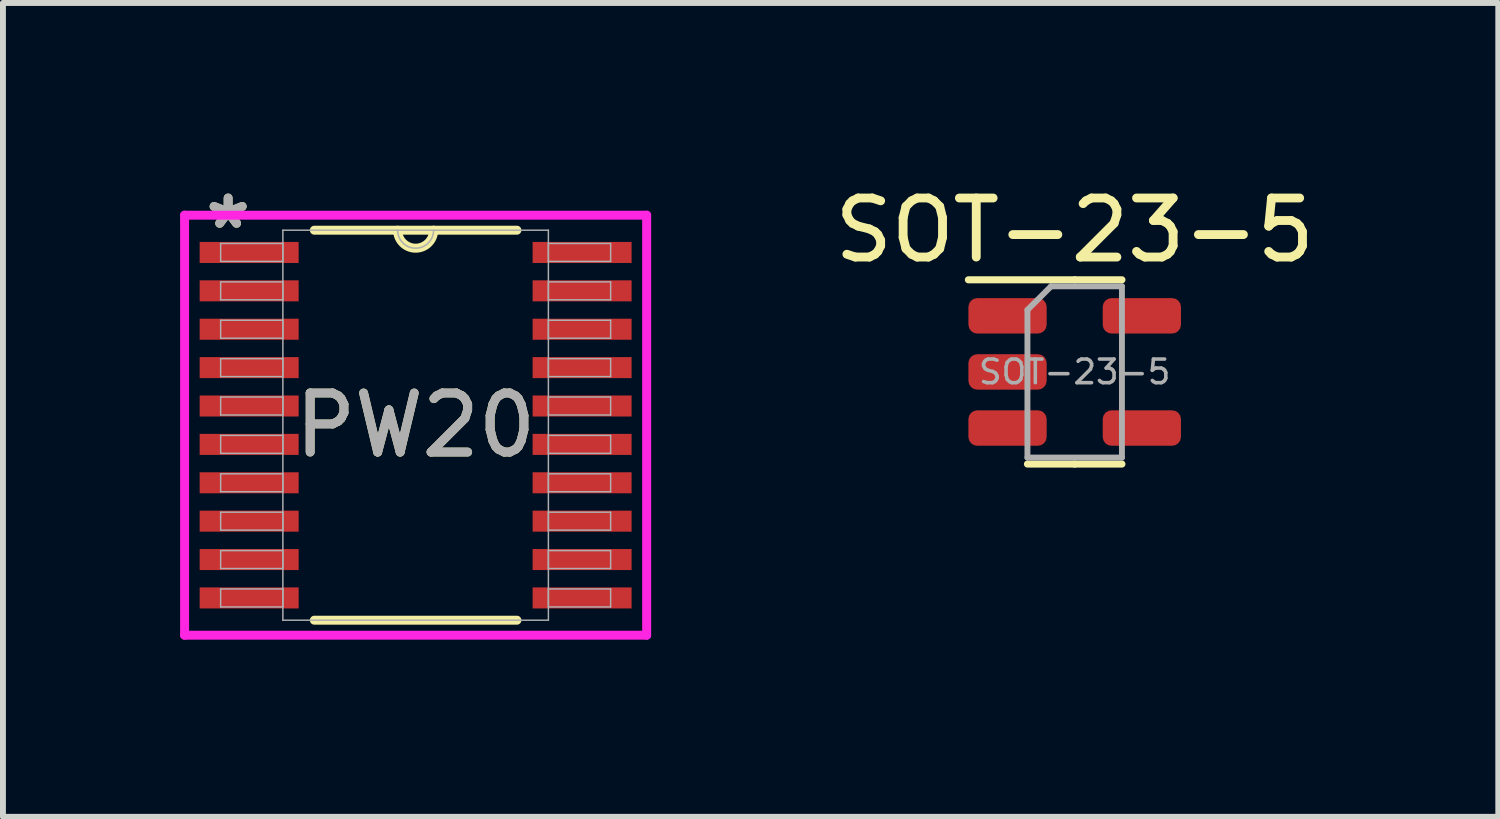
<source format=kicad_pcb>
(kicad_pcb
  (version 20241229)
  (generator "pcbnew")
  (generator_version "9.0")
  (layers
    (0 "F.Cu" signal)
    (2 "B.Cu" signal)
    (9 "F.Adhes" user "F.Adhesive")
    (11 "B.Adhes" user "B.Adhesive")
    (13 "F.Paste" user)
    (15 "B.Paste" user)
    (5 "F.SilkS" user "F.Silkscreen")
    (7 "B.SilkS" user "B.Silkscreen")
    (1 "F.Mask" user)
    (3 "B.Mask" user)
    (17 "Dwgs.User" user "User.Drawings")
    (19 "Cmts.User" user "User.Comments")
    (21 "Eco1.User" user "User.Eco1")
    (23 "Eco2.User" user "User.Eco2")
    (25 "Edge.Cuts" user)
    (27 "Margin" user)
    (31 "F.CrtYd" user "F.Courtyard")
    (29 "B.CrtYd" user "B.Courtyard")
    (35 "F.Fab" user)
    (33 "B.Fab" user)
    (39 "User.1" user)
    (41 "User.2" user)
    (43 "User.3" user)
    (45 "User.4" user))
  (footprint "PW20"
    (layer "F.Cu")
    (at 3.988 4.15)
    (property "Reference" "PW20" (at 0 0 0) (unlocked yes) (layer "F.SilkS") (effects (font (size 1 1) (thickness 0.15))))
    (attr smd)
    (fp_line (start -1.715 3.302) (end 1.715 3.302) (stroke (width 0.152) (type solid)) (layer "F.SilkS"))
    (fp_line (start 1.715 -3.302) (end -1.715 -3.302) (stroke (width 0.152) (type solid)) (layer "F.SilkS"))
    (fp_arc (start 0.3048 -3.302) (mid 0 -2.9972) (end -0.3048 -3.302) (stroke (width 0.1524) (type solid)) (layer "F.SilkS"))
    (fp_line (start -3.912 -3.556) (end 3.912 -3.556) (stroke (width 0.152) (type solid)) (layer "F.CrtYd"))
    (fp_line (start -3.912 3.556) (end -3.912 -3.556) (stroke (width 0.152) (type solid)) (layer "F.CrtYd"))
    (fp_line (start 3.912 -3.556) (end 3.912 3.556) (stroke (width 0.152) (type solid)) (layer "F.CrtYd"))
    (fp_line (start 3.912 3.556) (end -3.912 3.556) (stroke (width 0.152) (type solid)) (layer "F.CrtYd"))
    (fp_line (start -3.302 -3.077) (end -3.302 -2.773) (stroke (width 0.025) (type solid)) (layer "F.Fab"))
    (fp_line (start -3.302 -2.773) (end -2.248 -2.773) (stroke (width 0.025) (type solid)) (layer "F.Fab"))
    (fp_line (start -3.302 -2.427) (end -3.302 -2.123) (stroke (width 0.025) (type solid)) (layer "F.Fab"))
    (fp_line (start -3.302 -2.123) (end -2.248 -2.123) (stroke (width 0.025) (type solid)) (layer "F.Fab"))
    (fp_line (start -3.302 -1.777) (end -3.302 -1.473) (stroke (width 0.025) (type solid)) (layer "F.Fab"))
    (fp_line (start -3.302 -1.473) (end -2.248 -1.473) (stroke (width 0.025) (type solid)) (layer "F.Fab"))
    (fp_line (start -3.302 -1.127) (end -3.302 -0.823) (stroke (width 0.025) (type solid)) (layer "F.Fab"))
    (fp_line (start -3.302 -0.823) (end -2.248 -0.823) (stroke (width 0.025) (type solid)) (layer "F.Fab"))
    (fp_line (start -3.302 -0.477) (end -3.302 -0.173) (stroke (width 0.025) (type solid)) (layer "F.Fab"))
    (fp_line (start -3.302 -0.173) (end -2.248 -0.173) (stroke (width 0.025) (type solid)) (layer "F.Fab"))
    (fp_line (start -3.302 0.173) (end -3.302 0.477) (stroke (width 0.025) (type solid)) (layer "F.Fab"))
    (fp_line (start -3.302 0.477) (end -2.248 0.477) (stroke (width 0.025) (type solid)) (layer "F.Fab"))
    (fp_line (start -3.302 0.823) (end -3.302 1.127) (stroke (width 0.025) (type solid)) (layer "F.Fab"))
    (fp_line (start -3.302 1.127) (end -2.248 1.127) (stroke (width 0.025) (type solid)) (layer "F.Fab"))
    (fp_line (start -3.302 1.473) (end -3.302 1.777) (stroke (width 0.025) (type solid)) (layer "F.Fab"))
    (fp_line (start -3.302 1.777) (end -2.248 1.777) (stroke (width 0.025) (type solid)) (layer "F.Fab"))
    (fp_line (start -3.302 2.123) (end -3.302 2.427) (stroke (width 0.025) (type solid)) (layer "F.Fab"))
    (fp_line (start -3.302 2.427) (end -2.248 2.427) (stroke (width 0.025) (type solid)) (layer "F.Fab"))
    (fp_line (start -3.302 2.773) (end -3.302 3.077) (stroke (width 0.025) (type solid)) (layer "F.Fab"))
    (fp_line (start -3.302 3.077) (end -2.248 3.077) (stroke (width 0.025) (type solid)) (layer "F.Fab"))
    (fp_line (start -2.248 -3.302) (end -2.248 3.302) (stroke (width 0.025) (type solid)) (layer "F.Fab"))
    (fp_line (start -2.248 -3.077) (end -3.302 -3.077) (stroke (width 0.025) (type solid)) (layer "F.Fab"))
    (fp_line (start -2.248 -2.773) (end -2.248 -3.077) (stroke (width 0.025) (type solid)) (layer "F.Fab"))
    (fp_line (start -2.248 -2.427) (end -3.302 -2.427) (stroke (width 0.025) (type solid)) (layer "F.Fab"))
    (fp_line (start -2.248 -2.123) (end -2.248 -2.427) (stroke (width 0.025) (type solid)) (layer "F.Fab"))
    (fp_line (start -2.248 -1.777) (end -3.302 -1.777) (stroke (width 0.025) (type solid)) (layer "F.Fab"))
    (fp_line (start -2.248 -1.473) (end -2.248 -1.777) (stroke (width 0.025) (type solid)) (layer "F.Fab"))
    (fp_line (start -2.248 -1.127) (end -3.302 -1.127) (stroke (width 0.025) (type solid)) (layer "F.Fab"))
    (fp_line (start -2.248 -0.823) (end -2.248 -1.127) (stroke (width 0.025) (type solid)) (layer "F.Fab"))
    (fp_line (start -2.248 -0.477) (end -3.302 -0.477) (stroke (width 0.025) (type solid)) (layer "F.Fab"))
    (fp_line (start -2.248 -0.173) (end -2.248 -0.477) (stroke (width 0.025) (type solid)) (layer "F.Fab"))
    (fp_line (start -2.248 0.173) (end -3.302 0.173) (stroke (width 0.025) (type solid)) (layer "F.Fab"))
    (fp_line (start -2.248 0.477) (end -2.248 0.173) (stroke (width 0.025) (type solid)) (layer "F.Fab"))
    (fp_line (start -2.248 0.823) (end -3.302 0.823) (stroke (width 0.025) (type solid)) (layer "F.Fab"))
    (fp_line (start -2.248 1.127) (end -2.248 0.823) (stroke (width 0.025) (type solid)) (layer "F.Fab"))
    (fp_line (start -2.248 1.473) (end -3.302 1.473) (stroke (width 0.025) (type solid)) (layer "F.Fab"))
    (fp_line (start -2.248 1.777) (end -2.248 1.473) (stroke (width 0.025) (type solid)) (layer "F.Fab"))
    (fp_line (start -2.248 2.123) (end -3.302 2.123) (stroke (width 0.025) (type solid)) (layer "F.Fab"))
    (fp_line (start -2.248 2.427) (end -2.248 2.123) (stroke (width 0.025) (type solid)) (layer "F.Fab"))
    (fp_line (start -2.248 2.773) (end -3.302 2.773) (stroke (width 0.025) (type solid)) (layer "F.Fab"))
    (fp_line (start -2.248 3.077) (end -2.248 2.773) (stroke (width 0.025) (type solid)) (layer "F.Fab"))
    (fp_line (start -2.248 3.302) (end 2.248 3.302) (stroke (width 0.025) (type solid)) (layer "F.Fab"))
    (fp_line (start 2.248 -3.302) (end -2.248 -3.302) (stroke (width 0.025) (type solid)) (layer "F.Fab"))
    (fp_line (start 2.248 -3.077) (end 2.248 -2.773) (stroke (width 0.025) (type solid)) (layer "F.Fab"))
    (fp_line (start 2.248 -2.773) (end 3.302 -2.773) (stroke (width 0.025) (type solid)) (layer "F.Fab"))
    (fp_line (start 2.248 -2.427) (end 2.248 -2.123) (stroke (width 0.025) (type solid)) (layer "F.Fab"))
    (fp_line (start 2.248 -2.123) (end 3.302 -2.123) (stroke (width 0.025) (type solid)) (layer "F.Fab"))
    (fp_line (start 2.248 -1.777) (end 2.248 -1.473) (stroke (width 0.025) (type solid)) (layer "F.Fab"))
    (fp_line (start 2.248 -1.473) (end 3.302 -1.473) (stroke (width 0.025) (type solid)) (layer "F.Fab"))
    (fp_line (start 2.248 -1.127) (end 2.248 -0.823) (stroke (width 0.025) (type solid)) (layer "F.Fab"))
    (fp_line (start 2.248 -0.823) (end 3.302 -0.823) (stroke (width 0.025) (type solid)) (layer "F.Fab"))
    (fp_line (start 2.248 -0.477) (end 2.248 -0.173) (stroke (width 0.025) (type solid)) (layer "F.Fab"))
    (fp_line (start 2.248 -0.173) (end 3.302 -0.173) (stroke (width 0.025) (type solid)) (layer "F.Fab"))
    (fp_line (start 2.248 0.173) (end 2.248 0.477) (stroke (width 0.025) (type solid)) (layer "F.Fab"))
    (fp_line (start 2.248 0.477) (end 3.302 0.477) (stroke (width 0.025) (type solid)) (layer "F.Fab"))
    (fp_line (start 2.248 0.823) (end 2.248 1.127) (stroke (width 0.025) (type solid)) (layer "F.Fab"))
    (fp_line (start 2.248 1.127) (end 3.302 1.127) (stroke (width 0.025) (type solid)) (layer "F.Fab"))
    (fp_line (start 2.248 1.473) (end 2.248 1.777) (stroke (width 0.025) (type solid)) (layer "F.Fab"))
    (fp_line (start 2.248 1.777) (end 3.302 1.777) (stroke (width 0.025) (type solid)) (layer "F.Fab"))
    (fp_line (start 2.248 2.123) (end 2.248 2.427) (stroke (width 0.025) (type solid)) (layer "F.Fab"))
    (fp_line (start 2.248 2.427) (end 3.302 2.427) (stroke (width 0.025) (type solid)) (layer "F.Fab"))
    (fp_line (start 2.248 2.773) (end 2.248 3.077) (stroke (width 0.025) (type solid)) (layer "F.Fab"))
    (fp_line (start 2.248 3.077) (end 3.302 3.077) (stroke (width 0.025) (type solid)) (layer "F.Fab"))
    (fp_line (start 2.248 3.302) (end 2.248 -3.302) (stroke (width 0.025) (type solid)) (layer "F.Fab"))
    (fp_line (start 3.302 -3.077) (end 2.248 -3.077) (stroke (width 0.025) (type solid)) (layer "F.Fab"))
    (fp_line (start 3.302 -2.773) (end 3.302 -3.077) (stroke (width 0.025) (type solid)) (layer "F.Fab"))
    (fp_line (start 3.302 -2.427) (end 2.248 -2.427) (stroke (width 0.025) (type solid)) (layer "F.Fab"))
    (fp_line (start 3.302 -2.123) (end 3.302 -2.427) (stroke (width 0.025) (type solid)) (layer "F.Fab"))
    (fp_line (start 3.302 -1.777) (end 2.248 -1.777) (stroke (width 0.025) (type solid)) (layer "F.Fab"))
    (fp_line (start 3.302 -1.473) (end 3.302 -1.777) (stroke (width 0.025) (type solid)) (layer "F.Fab"))
    (fp_line (start 3.302 -1.127) (end 2.248 -1.127) (stroke (width 0.025) (type solid)) (layer "F.Fab"))
    (fp_line (start 3.302 -0.823) (end 3.302 -1.127) (stroke (width 0.025) (type solid)) (layer "F.Fab"))
    (fp_line (start 3.302 -0.477) (end 2.248 -0.477) (stroke (width 0.025) (type solid)) (layer "F.Fab"))
    (fp_line (start 3.302 -0.173) (end 3.302 -0.477) (stroke (width 0.025) (type solid)) (layer "F.Fab"))
    (fp_line (start 3.302 0.173) (end 2.248 0.173) (stroke (width 0.025) (type solid)) (layer "F.Fab"))
    (fp_line (start 3.302 0.477) (end 3.302 0.173) (stroke (width 0.025) (type solid)) (layer "F.Fab"))
    (fp_line (start 3.302 0.823) (end 2.248 0.823) (stroke (width 0.025) (type solid)) (layer "F.Fab"))
    (fp_line (start 3.302 1.127) (end 3.302 0.823) (stroke (width 0.025) (type solid)) (layer "F.Fab"))
    (fp_line (start 3.302 1.473) (end 2.248 1.473) (stroke (width 0.025) (type solid)) (layer "F.Fab"))
    (fp_line (start 3.302 1.777) (end 3.302 1.473) (stroke (width 0.025) (type solid)) (layer "F.Fab"))
    (fp_line (start 3.302 2.123) (end 2.248 2.123) (stroke (width 0.025) (type solid)) (layer "F.Fab"))
    (fp_line (start 3.302 2.427) (end 3.302 2.123) (stroke (width 0.025) (type solid)) (layer "F.Fab"))
    (fp_line (start 3.302 2.773) (end 2.248 2.773) (stroke (width 0.025) (type solid)) (layer "F.Fab"))
    (fp_line (start 3.302 3.077) (end 3.302 2.773) (stroke (width 0.025) (type solid)) (layer "F.Fab"))
    (fp_arc (start 0.3048 -3.302) (mid 0 -2.9972) (end -0.3048 -3.302) (stroke (width 0.0254) (type solid)) (layer "F.Fab"))
    (fp_text user "*" (at -3.175 -3.302 0) (unlocked yes) (layer "F.SilkS") (effects (font (size 1 1) (thickness 0.15))))
    (fp_text user "${REFERENCE}" (at 0 0 0) (unlocked yes) (layer "F.Fab") (effects (font (size 1 1) (thickness 0.15))))
    (fp_text user "*" (at -3.175 -3.302 0) (unlocked yes) (layer "F.Fab") (effects (font (size 1 1) (thickness 0.15))))
    (pad "1" smd rect (at -2.819 -2.925) (size 1.676 0.356) (layers "F.Cu" "F.Mask" "F.Paste"))
    (pad "2" smd rect (at -2.819 -2.275) (size 1.676 0.356) (layers "F.Cu" "F.Mask" "F.Paste"))
    (pad "3" smd rect (at -2.819 -1.625) (size 1.676 0.356) (layers "F.Cu" "F.Mask" "F.Paste"))
    (pad "4" smd rect (at -2.819 -0.975) (size 1.676 0.356) (layers "F.Cu" "F.Mask" "F.Paste"))
    (pad "5" smd rect (at -2.819 -0.325) (size 1.676 0.356) (layers "F.Cu" "F.Mask" "F.Paste"))
    (pad "6" smd rect (at -2.819 0.325) (size 1.676 0.356) (layers "F.Cu" "F.Mask" "F.Paste"))
    (pad "7" smd rect (at -2.819 0.975) (size 1.676 0.356) (layers "F.Cu" "F.Mask" "F.Paste"))
    (pad "8" smd rect (at -2.819 1.625) (size 1.676 0.356) (layers "F.Cu" "F.Mask" "F.Paste"))
    (pad "9" smd rect (at -2.819 2.275) (size 1.676 0.356) (layers "F.Cu" "F.Mask" "F.Paste"))
    (pad "10" smd rect (at -2.819 2.925) (size 1.676 0.356) (layers "F.Cu" "F.Mask" "F.Paste"))
    (pad "11" smd rect (at 2.819 2.925) (size 1.676 0.356) (layers "F.Cu" "F.Mask" "F.Paste"))
    (pad "12" smd rect (at 2.819 2.275) (size 1.676 0.356) (layers "F.Cu" "F.Mask" "F.Paste"))
    (pad "13" smd rect (at 2.819 1.625) (size 1.676 0.356) (layers "F.Cu" "F.Mask" "F.Paste"))
    (pad "14" smd rect (at 2.819 0.975) (size 1.676 0.356) (layers "F.Cu" "F.Mask" "F.Paste"))
    (pad "15" smd rect (at 2.819 0.325) (size 1.676 0.356) (layers "F.Cu" "F.Mask" "F.Paste"))
    (pad "16" smd rect (at 2.819 -0.325) (size 1.676 0.356) (layers "F.Cu" "F.Mask" "F.Paste"))
    (pad "17" smd rect (at 2.819 -0.975) (size 1.676 0.356) (layers "F.Cu" "F.Mask" "F.Paste"))
    (pad "18" smd rect (at 2.819 -1.625) (size 1.676 0.356) (layers "F.Cu" "F.Mask" "F.Paste"))
    (pad "19" smd rect (at 2.819 -2.275) (size 1.676 0.356) (layers "F.Cu" "F.Mask" "F.Paste"))
    (pad "20" smd rect (at 2.819 -2.925) (size 1.676 0.356) (layers "F.Cu" "F.Mask" "F.Paste")))
  (footprint "SOT-23-5"
    (layer "F.Cu")
    (at 15.148 3.248)
    (property "Reference" "SOT-23-5" (at 0 -2.4 0) (layer "F.SilkS") (effects (font (size 1 1) (thickness 0.15))))
    (attr smd)
    (fp_line (start 0 -1.56) (end -1.8 -1.56) (stroke (width 0.12) (type solid)) (layer "F.SilkS"))
    (fp_line (start 0 -1.56) (end 0.8 -1.56) (stroke (width 0.12) (type solid)) (layer "F.SilkS"))
    (fp_line (start 0 1.56) (end -0.8 1.56) (stroke (width 0.12) (type solid)) (layer "F.SilkS"))
    (fp_line (start 0 1.56) (end 0.8 1.56) (stroke (width 0.12) (type solid)) (layer "F.SilkS"))
    (fp_line (start -0.8 -1.05) (end -0.4 -1.45) (stroke (width 0.1) (type solid)) (layer "F.Fab"))
    (fp_line (start -0.8 1.45) (end -0.8 -1.05) (stroke (width 0.1) (type solid)) (layer "F.Fab"))
    (fp_line (start -0.4 -1.45) (end 0.8 -1.45) (stroke (width 0.1) (type solid)) (layer "F.Fab"))
    (fp_line (start 0.8 -1.45) (end 0.8 1.45) (stroke (width 0.1) (type solid)) (layer "F.Fab"))
    (fp_line (start 0.8 1.45) (end -0.8 1.45) (stroke (width 0.1) (type solid)) (layer "F.Fab"))
    (fp_text user "${REFERENCE}" (at 0 0 0) (layer "F.Fab") (effects (font (size 0.4 0.4) (thickness 0.06))))
    (pad "1" smd roundrect (at -1.137 -0.95) (size 1.325 0.6) (layers "F.Cu" "F.Mask" "F.Paste") (roundrect_rratio 0.25))
    (pad "2" smd roundrect (at -1.137 0) (size 1.325 0.6) (layers "F.Cu" "F.Mask" "F.Paste") (roundrect_rratio 0.25))
    (pad "3" smd roundrect (at -1.137 0.95) (size 1.325 0.6) (layers "F.Cu" "F.Mask" "F.Paste") (roundrect_rratio 0.25))
    (pad "4" smd roundrect (at 1.137 0.95) (size 1.325 0.6) (layers "F.Cu" "F.Mask" "F.Paste") (roundrect_rratio 0.25))
    (pad "5" smd roundrect (at 1.137 -0.95) (size 1.325 0.6) (layers "F.Cu" "F.Mask" "F.Paste") (roundrect_rratio 0.25)))
  (gr_rect
    (start -3 -3)
    (end 22.321 10.782)
    (stroke (width 0.1) (type default))
    (fill no)
    (layer "Edge.Cuts")))
</source>
